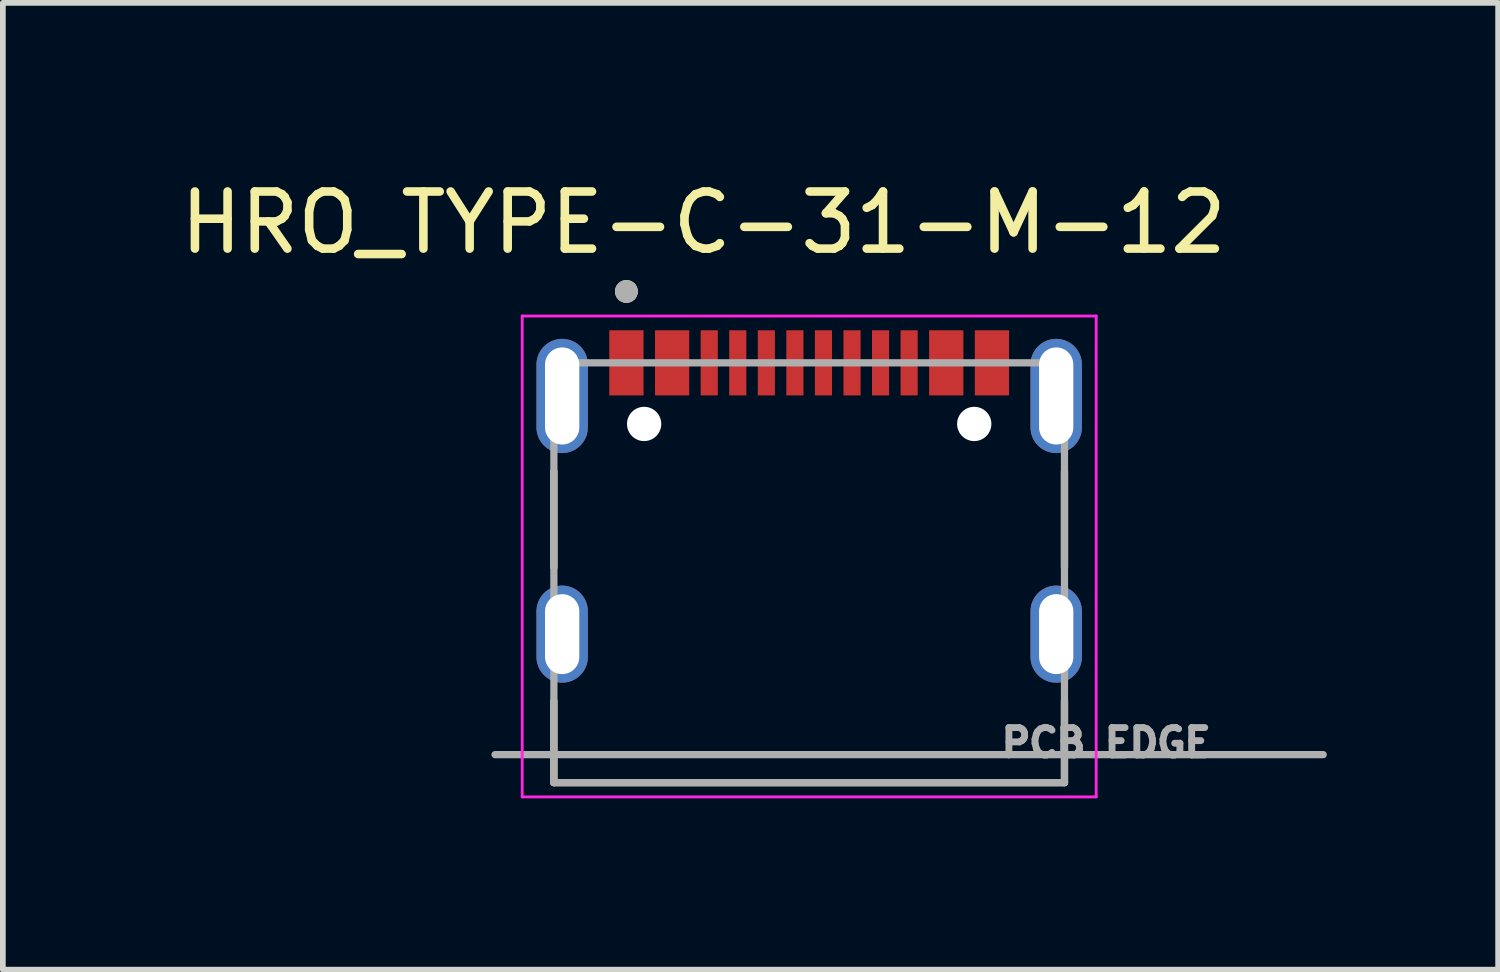
<source format=kicad_pcb>
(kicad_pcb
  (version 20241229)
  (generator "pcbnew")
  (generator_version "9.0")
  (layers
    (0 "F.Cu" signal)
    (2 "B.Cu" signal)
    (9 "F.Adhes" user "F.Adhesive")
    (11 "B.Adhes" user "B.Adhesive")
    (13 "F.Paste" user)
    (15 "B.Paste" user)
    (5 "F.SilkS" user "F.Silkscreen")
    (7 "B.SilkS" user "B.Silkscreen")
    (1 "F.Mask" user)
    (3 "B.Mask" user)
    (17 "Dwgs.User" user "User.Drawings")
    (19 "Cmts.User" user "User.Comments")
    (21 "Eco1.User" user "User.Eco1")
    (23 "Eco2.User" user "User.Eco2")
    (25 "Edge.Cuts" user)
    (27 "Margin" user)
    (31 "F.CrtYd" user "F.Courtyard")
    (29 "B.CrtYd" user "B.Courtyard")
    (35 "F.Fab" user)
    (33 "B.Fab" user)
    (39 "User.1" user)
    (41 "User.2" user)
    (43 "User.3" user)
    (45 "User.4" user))
  (footprint "HRO_TYPE-C-31-M-12"
    (layer "F.Cu")
    (at 11.118 8.053)
    (property "Reference" "HRO_TYPE-C-31-M-12" (at -1.85 -7.205 0) (layer "F.SilkS") (effects (font (size 1 1) (thickness 0.15))))
    (attr smd)
    (fp_poly (pts (xy -3.55 -5.37) (xy -2.85 -5.37) (xy -2.85 -4.18) (xy -3.55 -4.18)) (stroke (width 0.01) (type solid)) (fill yes) (layer "F.Mask"))
    (fp_poly (pts (xy -2.75 -5.37) (xy -2.05 -5.37) (xy -2.05 -4.18) (xy -2.75 -4.18)) (stroke (width 0.01) (type solid)) (fill yes) (layer "F.Mask"))
    (fp_poly (pts (xy -1.95 -5.37) (xy -1.55 -5.37) (xy -1.55 -4.13) (xy -1.95 -4.13)) (stroke (width 0.01) (type solid)) (fill yes) (layer "F.Mask"))
    (fp_poly (pts (xy -1.45 -5.37) (xy -1.05 -5.37) (xy -1.05 -4.13) (xy -1.45 -4.13)) (stroke (width 0.01) (type solid)) (fill yes) (layer "F.Mask"))
    (fp_poly (pts (xy -0.95 -5.37) (xy -0.55 -5.37) (xy -0.55 -4.13) (xy -0.95 -4.13)) (stroke (width 0.01) (type solid)) (fill yes) (layer "F.Mask"))
    (fp_poly (pts (xy -0.45 -5.37) (xy -0.05 -5.37) (xy -0.05 -4.13) (xy -0.45 -4.13)) (stroke (width 0.01) (type solid)) (fill yes) (layer "F.Mask"))
    (fp_poly (pts (xy 0.05 -5.37) (xy 0.45 -5.37) (xy 0.45 -4.13) (xy 0.05 -4.13)) (stroke (width 0.01) (type solid)) (fill yes) (layer "F.Mask"))
    (fp_poly (pts (xy 0.55 -5.37) (xy 0.95 -5.37) (xy 0.95 -4.13) (xy 0.55 -4.13)) (stroke (width 0.01) (type solid)) (fill yes) (layer "F.Mask"))
    (fp_poly (pts (xy 1.05 -5.37) (xy 1.45 -5.37) (xy 1.45 -4.13) (xy 1.05 -4.13)) (stroke (width 0.01) (type solid)) (fill yes) (layer "F.Mask"))
    (fp_poly (pts (xy 1.55 -5.37) (xy 1.95 -5.37) (xy 1.95 -4.13) (xy 1.55 -4.13)) (stroke (width 0.01) (type solid)) (fill yes) (layer "F.Mask"))
    (fp_poly (pts (xy 2.05 -5.37) (xy 2.75 -5.37) (xy 2.75 -4.18) (xy 2.05 -4.18)) (stroke (width 0.01) (type solid)) (fill yes) (layer "F.Mask"))
    (fp_poly (pts (xy 2.85 -5.37) (xy 3.55 -5.37) (xy 3.55 -4.18) (xy 2.85 -4.18)) (stroke (width 0.01) (type solid)) (fill yes) (layer "F.Mask"))
    (fp_line (start -4.47 -2.85) (end -4.47 -1.17) (stroke (width 0.127) (type solid)) (layer "F.SilkS"))
    (fp_line (start -4.47 2.6) (end -4.47 1.17) (stroke (width 0.127) (type solid)) (layer "F.SilkS"))
    (fp_line (start -4.47 2.6) (end 4.47 2.6) (stroke (width 0.127) (type solid)) (layer "F.SilkS"))
    (fp_line (start 4.47 -2.85) (end 4.47 -1.17) (stroke (width 0.127) (type solid)) (layer "F.SilkS"))
    (fp_line (start 4.47 2.6) (end 4.47 1.17) (stroke (width 0.127) (type solid)) (layer "F.SilkS"))
    (fp_circle (center -3.2 -6) (end -3.1 -6) (stroke (width 0.2) (type solid)) (fill no) (layer "F.SilkS"))
    (fp_line (start -5.025 -5.57) (end -5.025 2.85) (stroke (width 0.05) (type solid)) (layer "F.CrtYd"))
    (fp_line (start -5.025 2.85) (end 5.025 2.85) (stroke (width 0.05) (type solid)) (layer "F.CrtYd"))
    (fp_line (start 5.025 -5.57) (end -5.025 -5.57) (stroke (width 0.05) (type solid)) (layer "F.CrtYd"))
    (fp_line (start 5.025 2.85) (end 5.025 -5.57) (stroke (width 0.05) (type solid)) (layer "F.CrtYd"))
    (fp_line (start -5.5 2.11) (end 9 2.11) (stroke (width 0.127) (type solid)) (layer "F.Fab"))
    (fp_line (start -4.47 -4.75) (end -4.47 2.6) (stroke (width 0.127) (type solid)) (layer "F.Fab"))
    (fp_line (start -4.47 2.6) (end 4.47 2.6) (stroke (width 0.127) (type solid)) (layer "F.Fab"))
    (fp_line (start 4.47 -4.75) (end -4.47 -4.75) (stroke (width 0.127) (type solid)) (layer "F.Fab"))
    (fp_line (start 4.47 2.6) (end 4.47 -4.75) (stroke (width 0.127) (type solid)) (layer "F.Fab"))
    (fp_circle (center -3.2 -6) (end -3.1 -6) (stroke (width 0.2) (type solid)) (fill no) (layer "F.Fab"))
    (fp_text user "PCB EDGE" (at 5.2 1.9 0) (layer "F.Fab") (effects (font (size 0.48 0.48) (thickness 0.15))))
    (pad "" np_thru_hole circle (at -2.89 -3.68) (size 0.6 0.6) (drill 0.6) (layers "*.Cu" "*.Mask"))
    (pad "" np_thru_hole circle (at 2.89 -3.68) (size 0.6 0.6) (drill 0.6) (layers "*.Cu" "*.Mask"))
    (pad "A1_B12" smd rect (at -3.2 -4.75) (size 0.6 1.14) (layers "F.Cu" "F.Paste"))
    (pad "A4_B9" smd rect (at -2.4 -4.75) (size 0.6 1.14) (layers "F.Cu" "F.Paste"))
    (pad "A5" smd rect (at -1.25 -4.75) (size 0.3 1.14) (layers "F.Cu" "F.Paste"))
    (pad "A6" smd rect (at -0.25 -4.75) (size 0.3 1.14) (layers "F.Cu" "F.Paste"))
    (pad "A7" smd rect (at 0.25 -4.75) (size 0.3 1.14) (layers "F.Cu" "F.Paste"))
    (pad "A8" smd rect (at 1.25 -4.75) (size 0.3 1.14) (layers "F.Cu" "F.Paste"))
    (pad "B1_A12" smd rect (at 3.2 -4.75) (size 0.6 1.14) (layers "F.Cu" "F.Paste"))
    (pad "B4_A9" smd rect (at 2.4 -4.75) (size 0.6 1.14) (layers "F.Cu" "F.Paste"))
    (pad "B5" smd rect (at 1.75 -4.75) (size 0.3 1.14) (layers "F.Cu" "F.Paste"))
    (pad "B6" smd rect (at 0.75 -4.75) (size 0.3 1.14) (layers "F.Cu" "F.Paste"))
    (pad "B7" smd rect (at -0.75 -4.75) (size 0.3 1.14) (layers "F.Cu" "F.Paste"))
    (pad "B8" smd rect (at -1.75 -4.75) (size 0.3 1.14) (layers "F.Cu" "F.Paste"))
    (pad "S1" thru_hole oval (at -4.325 -4.17) (size 0.9 2) (drill oval 0.6 1.7) (layers "*.Cu" "*.Mask"))
    (pad "S2" thru_hole oval (at 4.325 -4.17) (size 0.9 2) (drill oval 0.6 1.7) (layers "*.Cu" "*.Mask"))
    (pad "S3" thru_hole oval (at -4.325 0) (size 0.9 1.7) (drill oval 0.6 1.4) (layers "*.Cu" "*.Mask"))
    (pad "S4" thru_hole oval (at 4.325 0) (size 0.9 1.7) (drill oval 0.6 1.4) (layers "*.Cu" "*.Mask")))
  (gr_rect
    (start -3 -3)
    (end 23.181 13.928)
    (stroke (width 0.1) (type default))
    (fill no)
    (layer "Edge.Cuts")))
</source>
